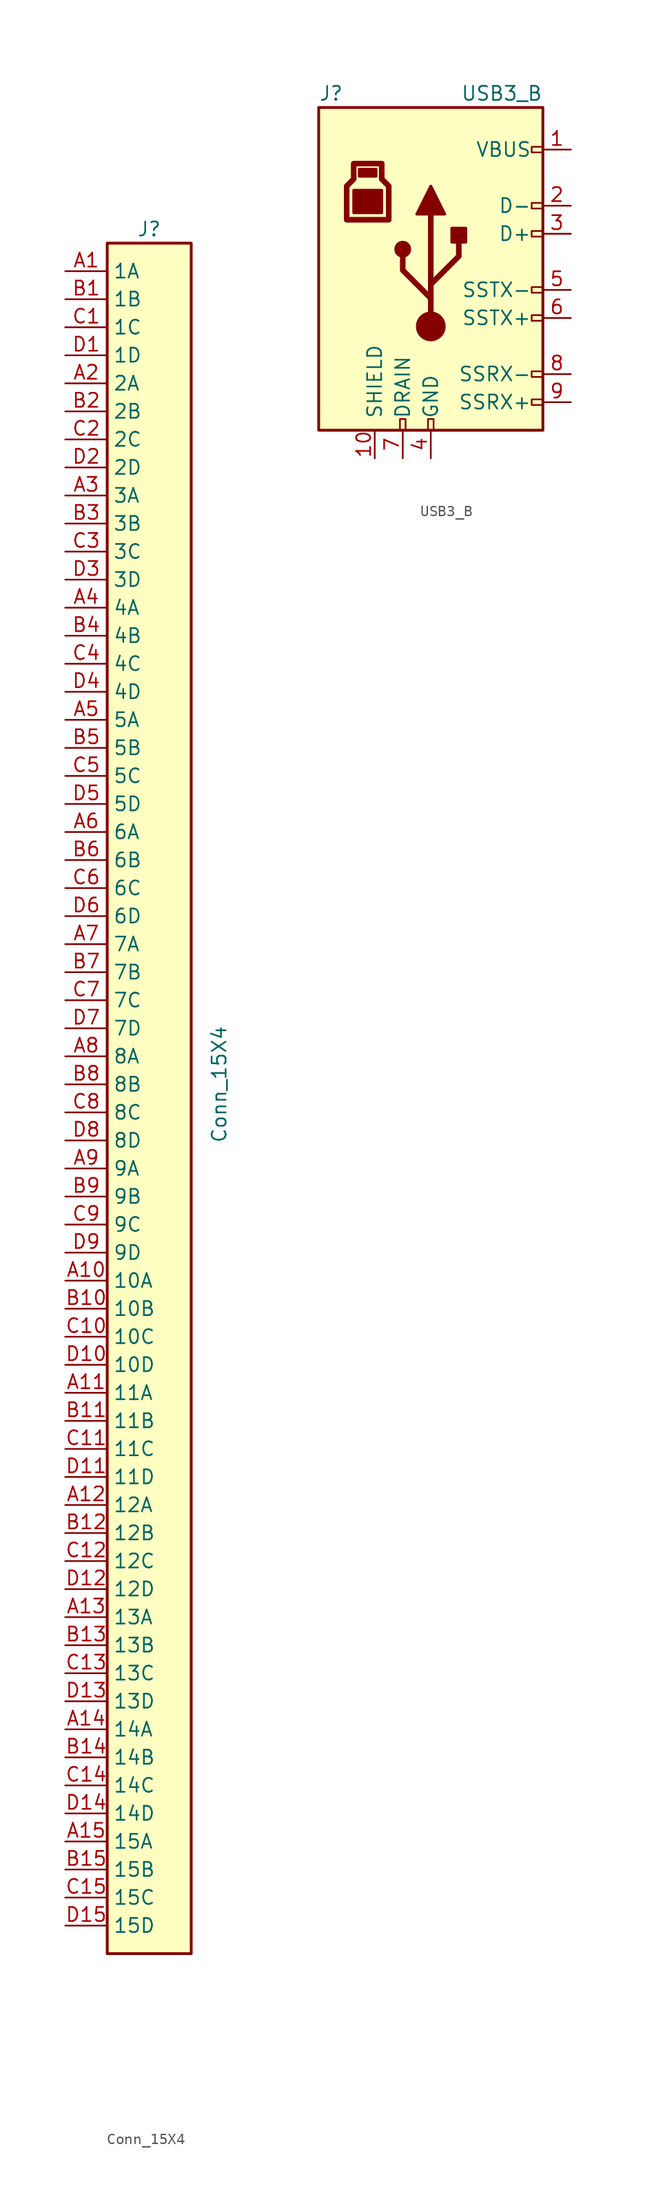
<source format=kicad_sym>
(kicad_symbol_lib
  (version 20201005)
  (generator kicad_symbol_editor)
  (symbol "Connector:Conn_15X4"
    (property "Reference" "J"
      (at 0 80.01 0)
      (effects (font (size 1.27 1.27))))
    (property "Value" "Conn_15X4"
      (at 6.35 2.54 90)
      (effects (font (size 1.27 1.27))))
    (symbol "Conn_15X4_0_1"
      (rectangle (start 3.81 -76.2) (end -3.81 78.74) (stroke (width 0.254)) (fill (type background))))
    (symbol "Conn_15X4_1_1"
      (pin passive line (at -7.62 76.2 0) (length 3.81) (name "1A" (effects (font (size 1.27 1.27)))) (number "A1" (effects (font (size 1.27 1.27)))))
      (pin passive line (at -7.62 -15.24 0) (length 3.81) (name "10A" (effects (font (size 1.27 1.27)))) (number "A10" (effects (font (size 1.27 1.27)))))
      (pin passive line (at -7.62 -25.4 0) (length 3.81) (name "11A" (effects (font (size 1.27 1.27)))) (number "A11" (effects (font (size 1.27 1.27)))))
      (pin passive line (at -7.62 -35.56 0) (length 3.81) (name "12A" (effects (font (size 1.27 1.27)))) (number "A12" (effects (font (size 1.27 1.27)))))
      (pin passive line (at -7.62 -45.72 0) (length 3.81) (name "13A" (effects (font (size 1.27 1.27)))) (number "A13" (effects (font (size 1.27 1.27)))))
      (pin passive line (at -7.62 -55.88 0) (length 3.81) (name "14A" (effects (font (size 1.27 1.27)))) (number "A14" (effects (font (size 1.27 1.27)))))
      (pin passive line (at -7.62 -66.04 0) (length 3.81) (name "15A" (effects (font (size 1.27 1.27)))) (number "A15" (effects (font (size 1.27 1.27)))))
      (pin passive line (at -7.62 66.04 0) (length 3.81) (name "2A" (effects (font (size 1.27 1.27)))) (number "A2" (effects (font (size 1.27 1.27)))))
      (pin passive line (at -7.62 55.88 0) (length 3.81) (name "3A" (effects (font (size 1.27 1.27)))) (number "A3" (effects (font (size 1.27 1.27)))))
      (pin passive line (at -7.62 45.72 0) (length 3.81) (name "4A" (effects (font (size 1.27 1.27)))) (number "A4" (effects (font (size 1.27 1.27)))))
      (pin passive line (at -7.62 35.56 0) (length 3.81) (name "5A" (effects (font (size 1.27 1.27)))) (number "A5" (effects (font (size 1.27 1.27)))))
      (pin passive line (at -7.62 25.4 0) (length 3.81) (name "6A" (effects (font (size 1.27 1.27)))) (number "A6" (effects (font (size 1.27 1.27)))))
      (pin passive line (at -7.62 15.24 0) (length 3.81) (name "7A" (effects (font (size 1.27 1.27)))) (number "A7" (effects (font (size 1.27 1.27)))))
      (pin passive line (at -7.62 5.08 0) (length 3.81) (name "8A" (effects (font (size 1.27 1.27)))) (number "A8" (effects (font (size 1.27 1.27)))))
      (pin passive line (at -7.62 -5.08 0) (length 3.81) (name "9A" (effects (font (size 1.27 1.27)))) (number "A9" (effects (font (size 1.27 1.27)))))
      (pin passive line (at -7.62 73.66 0) (length 3.81) (name "1B" (effects (font (size 1.27 1.27)))) (number "B1" (effects (font (size 1.27 1.27)))))
      (pin passive line (at -7.62 -17.78 0) (length 3.81) (name "10B" (effects (font (size 1.27 1.27)))) (number "B10" (effects (font (size 1.27 1.27)))))
      (pin passive line (at -7.62 -27.94 0) (length 3.81) (name "11B" (effects (font (size 1.27 1.27)))) (number "B11" (effects (font (size 1.27 1.27)))))
      (pin passive line (at -7.62 -38.1 0) (length 3.81) (name "12B" (effects (font (size 1.27 1.27)))) (number "B12" (effects (font (size 1.27 1.27)))))
      (pin passive line (at -7.62 -48.26 0) (length 3.81) (name "13B" (effects (font (size 1.27 1.27)))) (number "B13" (effects (font (size 1.27 1.27)))))
      (pin passive line (at -7.62 -58.42 0) (length 3.81) (name "14B" (effects (font (size 1.27 1.27)))) (number "B14" (effects (font (size 1.27 1.27)))))
      (pin passive line (at -7.62 -68.58 0) (length 3.81) (name "15B" (effects (font (size 1.27 1.27)))) (number "B15" (effects (font (size 1.27 1.27)))))
      (pin passive line (at -7.62 63.5 0) (length 3.81) (name "2B" (effects (font (size 1.27 1.27)))) (number "B2" (effects (font (size 1.27 1.27)))))
      (pin passive line (at -7.62 53.34 0) (length 3.81) (name "3B" (effects (font (size 1.27 1.27)))) (number "B3" (effects (font (size 1.27 1.27)))))
      (pin passive line (at -7.62 43.18 0) (length 3.81) (name "4B" (effects (font (size 1.27 1.27)))) (number "B4" (effects (font (size 1.27 1.27)))))
      (pin passive line (at -7.62 33.02 0) (length 3.81) (name "5B" (effects (font (size 1.27 1.27)))) (number "B5" (effects (font (size 1.27 1.27)))))
      (pin passive line (at -7.62 22.86 0) (length 3.81) (name "6B" (effects (font (size 1.27 1.27)))) (number "B6" (effects (font (size 1.27 1.27)))))
      (pin passive line (at -7.62 12.7 0) (length 3.81) (name "7B" (effects (font (size 1.27 1.27)))) (number "B7" (effects (font (size 1.27 1.27)))))
      (pin passive line (at -7.62 2.54 0) (length 3.81) (name "8B" (effects (font (size 1.27 1.27)))) (number "B8" (effects (font (size 1.27 1.27)))))
      (pin passive line (at -7.62 -7.62 0) (length 3.81) (name "9B" (effects (font (size 1.27 1.27)))) (number "B9" (effects (font (size 1.27 1.27)))))
      (pin passive line (at -7.62 71.12 0) (length 3.81) (name "1C" (effects (font (size 1.27 1.27)))) (number "C1" (effects (font (size 1.27 1.27)))))
      (pin passive line (at -7.62 -20.32 0) (length 3.81) (name "10C" (effects (font (size 1.27 1.27)))) (number "C10" (effects (font (size 1.27 1.27)))))
      (pin passive line (at -7.62 -30.48 0) (length 3.81) (name "11C" (effects (font (size 1.27 1.27)))) (number "C11" (effects (font (size 1.27 1.27)))))
      (pin passive line (at -7.62 -40.64 0) (length 3.81) (name "12C" (effects (font (size 1.27 1.27)))) (number "C12" (effects (font (size 1.27 1.27)))))
      (pin passive line (at -7.62 -50.8 0) (length 3.81) (name "13C" (effects (font (size 1.27 1.27)))) (number "C13" (effects (font (size 1.27 1.27)))))
      (pin passive line (at -7.62 -60.96 0) (length 3.81) (name "14C" (effects (font (size 1.27 1.27)))) (number "C14" (effects (font (size 1.27 1.27)))))
      (pin passive line (at -7.62 -71.12 0) (length 3.81) (name "15C" (effects (font (size 1.27 1.27)))) (number "C15" (effects (font (size 1.27 1.27)))))
      (pin passive line (at -7.62 60.96 0) (length 3.81) (name "2C" (effects (font (size 1.27 1.27)))) (number "C2" (effects (font (size 1.27 1.27)))))
      (pin passive line (at -7.62 50.8 0) (length 3.81) (name "3C" (effects (font (size 1.27 1.27)))) (number "C3" (effects (font (size 1.27 1.27)))))
      (pin passive line (at -7.62 40.64 0) (length 3.81) (name "4C" (effects (font (size 1.27 1.27)))) (number "C4" (effects (font (size 1.27 1.27)))))
      (pin passive line (at -7.62 30.48 0) (length 3.81) (name "5C" (effects (font (size 1.27 1.27)))) (number "C5" (effects (font (size 1.27 1.27)))))
      (pin passive line (at -7.62 20.32 0) (length 3.81) (name "6C" (effects (font (size 1.27 1.27)))) (number "C6" (effects (font (size 1.27 1.27)))))
      (pin passive line (at -7.62 10.16 0) (length 3.81) (name "7C" (effects (font (size 1.27 1.27)))) (number "C7" (effects (font (size 1.27 1.27)))))
      (pin passive line (at -7.62 0 0) (length 3.81) (name "8C" (effects (font (size 1.27 1.27)))) (number "C8" (effects (font (size 1.27 1.27)))))
      (pin passive line (at -7.62 -10.16 0) (length 3.81) (name "9C" (effects (font (size 1.27 1.27)))) (number "C9" (effects (font (size 1.27 1.27)))))
      (pin passive line (at -7.62 68.58 0) (length 3.81) (name "1D" (effects (font (size 1.27 1.27)))) (number "D1" (effects (font (size 1.27 1.27)))))
      (pin passive line (at -7.62 -22.86 0) (length 3.81) (name "10D" (effects (font (size 1.27 1.27)))) (number "D10" (effects (font (size 1.27 1.27)))))
      (pin passive line (at -7.62 -33.02 0) (length 3.81) (name "11D" (effects (font (size 1.27 1.27)))) (number "D11" (effects (font (size 1.27 1.27)))))
      (pin passive line (at -7.62 -43.18 0) (length 3.81) (name "12D" (effects (font (size 1.27 1.27)))) (number "D12" (effects (font (size 1.27 1.27)))))
      (pin passive line (at -7.62 -53.34 0) (length 3.81) (name "13D" (effects (font (size 1.27 1.27)))) (number "D13" (effects (font (size 1.27 1.27)))))
      (pin passive line (at -7.62 -63.5 0) (length 3.81) (name "14D" (effects (font (size 1.27 1.27)))) (number "D14" (effects (font (size 1.27 1.27)))))
      (pin passive line (at -7.62 -73.66 0) (length 3.81) (name "15D" (effects (font (size 1.27 1.27)))) (number "D15" (effects (font (size 1.27 1.27)))))
      (pin passive line (at -7.62 58.42 0) (length 3.81) (name "2D" (effects (font (size 1.27 1.27)))) (number "D2" (effects (font (size 1.27 1.27)))))
      (pin passive line (at -7.62 48.26 0) (length 3.81) (name "3D" (effects (font (size 1.27 1.27)))) (number "D3" (effects (font (size 1.27 1.27)))))
      (pin passive line (at -7.62 38.1 0) (length 3.81) (name "4D" (effects (font (size 1.27 1.27)))) (number "D4" (effects (font (size 1.27 1.27)))))
      (pin passive line (at -7.62 27.94 0) (length 3.81) (name "5D" (effects (font (size 1.27 1.27)))) (number "D5" (effects (font (size 1.27 1.27)))))
      (pin passive line (at -7.62 17.78 0) (length 3.81) (name "6D" (effects (font (size 1.27 1.27)))) (number "D6" (effects (font (size 1.27 1.27)))))
      (pin passive line (at -7.62 7.62 0) (length 3.81) (name "7D" (effects (font (size 1.27 1.27)))) (number "D7" (effects (font (size 1.27 1.27)))))
      (pin passive line (at -7.62 -2.54 0) (length 3.81) (name "8D" (effects (font (size 1.27 1.27)))) (number "D8" (effects (font (size 1.27 1.27)))))
      (pin passive line (at -7.62 -12.7 0) (length 3.81) (name "9D" (effects (font (size 1.27 1.27)))) (number "D9" (effects (font (size 1.27 1.27)))))))
  (symbol "Connector:USB3_B"
    (pin_names
      (offset 1.016))
    (property "Reference" "J"
      (at -10.16 15.24 0)
      (effects (font (size 1.27 1.27)) (justify left)))
    (property "Value" "USB3_B"
      (at 10.16 15.24 0)
      (effects (font (size 1.27 1.27)) (justify right)))
    (symbol "USB3_B_0_0"
      (rectangle (start -2.794 -15.24) (end -2.286 -14.224) (stroke (width 0)) (fill (type none)))
      (rectangle (start -0.254 -15.24) (end 0.254 -14.224) (stroke (width 0)) (fill (type none)))
      (rectangle (start 10.16 -12.446) (end 9.144 -12.954) (stroke (width 0)) (fill (type none)))
      (rectangle (start 10.16 -9.906) (end 9.144 -10.414) (stroke (width 0)) (fill (type none)))
      (rectangle (start 10.16 -4.826) (end 9.144 -5.334) (stroke (width 0)) (fill (type none)))
      (rectangle (start 10.16 -2.286) (end 9.144 -2.794) (stroke (width 0)) (fill (type none)))
      (rectangle (start 10.16 2.794) (end 9.144 2.286) (stroke (width 0)) (fill (type none)))
      (rectangle (start 10.16 5.334) (end 9.144 4.826) (stroke (width 0)) (fill (type none)))
      (rectangle (start 10.16 10.414) (end 9.144 9.906) (stroke (width 0)) (fill (type none))))
    (symbol "USB3_B_0_1"
      (rectangle (start -10.16 13.97) (end 10.16 -15.24) (stroke (width 0.254)) (fill (type background)))
      (rectangle (start -6.477 8.382) (end -4.953 7.747) (stroke (width 0.254)) (fill (type outline)))
      (rectangle (start -4.445 4.445) (end -6.985 6.477) (stroke (width 0.254)) (fill (type outline)))
      (polyline (pts (xy -6.985 8.89) (xy -6.985 7.493) (xy -7.62 6.858) (xy -7.62 3.81) (xy -3.81 3.81) (xy -3.81 6.858) (xy -4.445 7.493) (xy -4.445 8.89) (xy -6.858 8.89) (xy -6.985 8.89)) (stroke (width 0.508)) (fill (type none))))
    (symbol "USB3_B_1_1"
      (circle (center -2.54 1.143) (radius 0.635) (stroke (width 0.254)) (fill (type outline)))
      (circle (center 0 -5.842) (radius 1.27) (stroke (width 0)) (fill (type outline)))
      (rectangle (start 1.905 1.778) (end 3.175 3.048) (stroke (width 0.254)) (fill (type outline)))
      (polyline (pts (xy 0 -5.842) (xy 0 4.318)) (stroke (width 0.508)) (fill (type none)))
      (polyline (pts (xy 0 -3.302) (xy -2.54 -0.762) (xy -2.54 0.508)) (stroke (width 0.508)) (fill (type none)))
      (polyline (pts (xy 0 -2.032) (xy 2.54 0.508) (xy 2.54 1.778)) (stroke (width 0.508)) (fill (type none)))
      (polyline (pts (xy -1.27 4.318) (xy 0 6.858) (xy 1.27 4.318) (xy -1.27 4.318)) (stroke (width 0.254)) (fill (type outline)))
      (pin power_out line (at 12.7 10.16 180) (length 2.54) (name "VBUS" (effects (font (size 1.27 1.27)))) (number "1" (effects (font (size 1.27 1.27)))))
      (pin passive line (at -5.08 -17.78 90) (length 2.54) (name "SHIELD" (effects (font (size 1.27 1.27)))) (number "10" (effects (font (size 1.27 1.27)))))
      (pin bidirectional line (at 12.7 5.08 180) (length 2.54) (name "D-" (effects (font (size 1.27 1.27)))) (number "2" (effects (font (size 1.27 1.27)))))
      (pin bidirectional line (at 12.7 2.54 180) (length 2.54) (name "D+" (effects (font (size 1.27 1.27)))) (number "3" (effects (font (size 1.27 1.27)))))
      (pin power_out line (at 0 -17.78 90) (length 2.54) (name "GND" (effects (font (size 1.27 1.27)))) (number "4" (effects (font (size 1.27 1.27)))))
      (pin output line (at 12.7 -2.54 180) (length 2.54) (name "SSTX-" (effects (font (size 1.27 1.27)))) (number "5" (effects (font (size 1.27 1.27)))))
      (pin output line (at 12.7 -5.08 180) (length 2.54) (name "SSTX+" (effects (font (size 1.27 1.27)))) (number "6" (effects (font (size 1.27 1.27)))))
      (pin passive line (at -2.54 -17.78 90) (length 2.54) (name "DRAIN" (effects (font (size 1.27 1.27)))) (number "7" (effects (font (size 1.27 1.27)))))
      (pin input line (at 12.7 -10.16 180) (length 2.54) (name "SSRX-" (effects (font (size 1.27 1.27)))) (number "8" (effects (font (size 1.27 1.27)))))
      (pin input line (at 12.7 -12.7 180) (length 2.54) (name "SSRX+" (effects (font (size 1.27 1.27)))) (number "9" (effects (font (size 1.27 1.27))))))))
</source>
